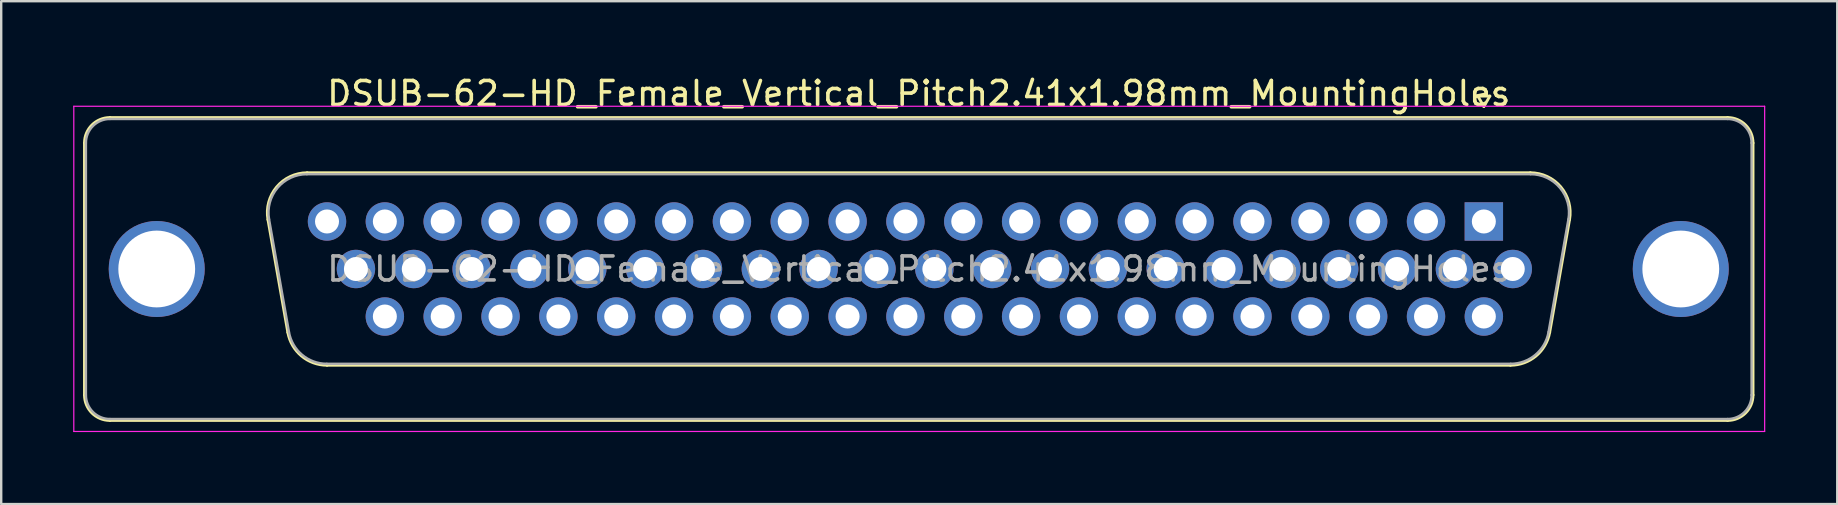
<source format=kicad_pcb>
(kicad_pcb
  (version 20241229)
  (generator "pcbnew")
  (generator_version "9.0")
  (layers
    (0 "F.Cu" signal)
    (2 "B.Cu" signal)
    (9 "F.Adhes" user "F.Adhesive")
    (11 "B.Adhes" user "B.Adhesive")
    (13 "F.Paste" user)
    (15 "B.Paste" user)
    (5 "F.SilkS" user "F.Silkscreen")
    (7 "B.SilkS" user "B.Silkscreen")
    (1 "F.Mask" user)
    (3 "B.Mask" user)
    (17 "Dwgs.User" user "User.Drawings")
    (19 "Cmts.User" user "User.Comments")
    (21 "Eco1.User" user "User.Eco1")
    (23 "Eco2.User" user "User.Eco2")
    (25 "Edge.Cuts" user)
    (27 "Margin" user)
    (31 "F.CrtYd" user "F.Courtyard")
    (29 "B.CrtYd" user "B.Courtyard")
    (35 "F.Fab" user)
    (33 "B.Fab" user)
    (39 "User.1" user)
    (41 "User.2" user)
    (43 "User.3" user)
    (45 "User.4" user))
  (footprint "DSUB-62-HD_Female_Vertical_Pitch2.41x1.98mm_MountingHoles"
    (layer "F.Cu")
    (at 58.775 6.178)
    (property "Reference" "DSUB-62-HD_Female_Vertical_Pitch2.41x1.98mm_MountingHoles" (at -23.545 -5.33 0) (layer "F.SilkS") (effects (font (size 1 1) (thickness 0.15))))
    (attr through_hole)
    (fp_line (start -58.305 7.23) (end -58.305 -3.27) (stroke (width 0.12) (type solid)) (layer "F.SilkS"))
    (fp_line (start -57.245 -4.33) (end 10.155 -4.33) (stroke (width 0.12) (type solid)) (layer "F.SilkS"))
    (fp_line (start -50.661 -0.082) (end -49.833 4.618) (stroke (width 0.12) (type solid)) (layer "F.SilkS"))
    (fp_line (start -49.027 -2.03) (end 1.937 -2.03) (stroke (width 0.12) (type solid)) (layer "F.SilkS"))
    (fp_line (start -48.198 5.99) (end 1.108 5.99) (stroke (width 0.12) (type solid)) (layer "F.SilkS"))
    (fp_line (start -0.25 -5.224) (end 0.25 -5.224) (stroke (width 0.12) (type solid)) (layer "F.SilkS"))
    (fp_line (start 0 -4.791) (end -0.25 -5.224) (stroke (width 0.12) (type solid)) (layer "F.SilkS"))
    (fp_line (start 0.25 -5.224) (end 0 -4.791) (stroke (width 0.12) (type solid)) (layer "F.SilkS"))
    (fp_line (start 3.571 -0.082) (end 2.743 4.618) (stroke (width 0.12) (type solid)) (layer "F.SilkS"))
    (fp_line (start 10.155 8.29) (end -57.245 8.29) (stroke (width 0.12) (type solid)) (layer "F.SilkS"))
    (fp_line (start 11.215 -3.27) (end 11.215 7.23) (stroke (width 0.12) (type solid)) (layer "F.SilkS"))
    (fp_arc (start -58.305 -3.27) (mid -57.994533 -4.019533) (end -57.245 -4.33) (stroke (width 0.12) (type solid)) (layer "F.SilkS"))
    (fp_arc (start -57.245 8.29) (mid -57.994533 7.979533) (end -58.305 7.23) (stroke (width 0.12) (type solid)) (layer "F.SilkS"))
    (fp_arc (start -50.66147 -0.081744) (mid -50.298323 -1.437028) (end -49.026689 -2.03) (stroke (width 0.12) (type solid)) (layer "F.SilkS"))
    (fp_arc (start -48.197952 5.99) (mid -49.264979 5.601634) (end -49.832733 4.618256) (stroke (width 0.12) (type solid)) (layer "F.SilkS"))
    (fp_arc (start 1.936689 -2.03) (mid 3.208323 -1.437027) (end 3.57147 -0.081744) (stroke (width 0.12) (type solid)) (layer "F.SilkS"))
    (fp_arc (start 2.742733 4.618256) (mid 2.17498 5.601634) (end 1.107952 5.99) (stroke (width 0.12) (type solid)) (layer "F.SilkS"))
    (fp_arc (start 10.155 -4.33) (mid 10.904533 -4.019533) (end 11.215 -3.27) (stroke (width 0.12) (type solid)) (layer "F.SilkS"))
    (fp_arc (start 11.215 7.23) (mid 10.904533 7.979533) (end 10.155 8.29) (stroke (width 0.12) (type solid)) (layer "F.SilkS"))
    (fp_line (start -58.75 -4.8) (end -58.75 8.75) (stroke (width 0.05) (type solid)) (layer "F.CrtYd"))
    (fp_line (start -58.75 8.75) (end 11.7 8.75) (stroke (width 0.05) (type solid)) (layer "F.CrtYd"))
    (fp_line (start 11.7 -4.8) (end -58.75 -4.8) (stroke (width 0.05) (type solid)) (layer "F.CrtYd"))
    (fp_line (start 11.7 8.75) (end 11.7 -4.8) (stroke (width 0.05) (type solid)) (layer "F.CrtYd"))
    (fp_line (start -58.245 7.23) (end -58.245 -3.27) (stroke (width 0.1) (type solid)) (layer "F.Fab"))
    (fp_line (start -57.245 -4.27) (end 10.155 -4.27) (stroke (width 0.1) (type solid)) (layer "F.Fab"))
    (fp_line (start -50.614 -0.092) (end -49.785 4.608) (stroke (width 0.1) (type solid)) (layer "F.Fab"))
    (fp_line (start -49.038 -1.97) (end 1.948 -1.97) (stroke (width 0.1) (type solid)) (layer "F.Fab"))
    (fp_line (start -48.209 5.93) (end 1.119 5.93) (stroke (width 0.1) (type solid)) (layer "F.Fab"))
    (fp_line (start 3.524 -0.092) (end 2.695 4.608) (stroke (width 0.1) (type solid)) (layer "F.Fab"))
    (fp_line (start 10.155 8.23) (end -57.245 8.23) (stroke (width 0.1) (type solid)) (layer "F.Fab"))
    (fp_line (start 11.155 -3.27) (end 11.155 7.23) (stroke (width 0.1) (type solid)) (layer "F.Fab"))
    (fp_arc (start -58.245 -3.27) (mid -57.952107 -3.977107) (end -57.245 -4.27) (stroke (width 0.1) (type solid)) (layer "F.Fab"))
    (fp_arc (start -57.245 8.23) (mid -57.952107 7.937107) (end -58.245 7.23) (stroke (width 0.1) (type solid)) (layer "F.Fab"))
    (fp_arc (start -50.613886 -0.092163) (mid -50.263865 -1.39846) (end -49.038194 -1.97) (stroke (width 0.1) (type solid)) (layer "F.Fab"))
    (fp_arc (start -48.209457 5.93) (mid -49.237917 5.555671) (end -49.785149 4.607837) (stroke (width 0.1) (type solid)) (layer "F.Fab"))
    (fp_arc (start 1.948194 -1.97) (mid 3.173865 -1.39846) (end 3.523886 -0.092163) (stroke (width 0.1) (type solid)) (layer "F.Fab"))
    (fp_arc (start 2.695149 4.607837) (mid 2.147917 5.555671) (end 1.119457 5.93) (stroke (width 0.1) (type solid)) (layer "F.Fab"))
    (fp_arc (start 10.155 -4.27) (mid 10.862107 -3.977107) (end 11.155 -3.27) (stroke (width 0.1) (type solid)) (layer "F.Fab"))
    (fp_arc (start 11.155 7.23) (mid 10.862107 7.937107) (end 10.155 8.23) (stroke (width 0.1) (type solid)) (layer "F.Fab"))
    (fp_text user "${REFERENCE}" (at -23.545 1.98 0) (layer "F.Fab") (effects (font (size 1 1) (thickness 0.15))))
    (pad "0" thru_hole circle (at -55.295 1.98) (size 4 4) (drill 3.2) (layers "*.Cu" "*.Mask"))
    (pad "0" thru_hole circle (at 8.205 1.98) (size 4 4) (drill 3.2) (layers "*.Cu" "*.Mask"))
    (pad "1" thru_hole rect (at 0 0) (size 1.6 1.6) (drill 1) (layers "*.Cu" "*.Mask"))
    (pad "2" thru_hole circle (at -2.41 0) (size 1.6 1.6) (drill 1) (layers "*.Cu" "*.Mask"))
    (pad "3" thru_hole circle (at -4.82 0) (size 1.6 1.6) (drill 1) (layers "*.Cu" "*.Mask"))
    (pad "4" thru_hole circle (at -7.23 0) (size 1.6 1.6) (drill 1) (layers "*.Cu" "*.Mask"))
    (pad "5" thru_hole circle (at -9.64 0) (size 1.6 1.6) (drill 1) (layers "*.Cu" "*.Mask"))
    (pad "6" thru_hole circle (at -12.05 0) (size 1.6 1.6) (drill 1) (layers "*.Cu" "*.Mask"))
    (pad "7" thru_hole circle (at -14.46 0) (size 1.6 1.6) (drill 1) (layers "*.Cu" "*.Mask"))
    (pad "8" thru_hole circle (at -16.87 0) (size 1.6 1.6) (drill 1) (layers "*.Cu" "*.Mask"))
    (pad "9" thru_hole circle (at -19.28 0) (size 1.6 1.6) (drill 1) (layers "*.Cu" "*.Mask"))
    (pad "10" thru_hole circle (at -21.69 0) (size 1.6 1.6) (drill 1) (layers "*.Cu" "*.Mask"))
    (pad "11" thru_hole circle (at -24.1 0) (size 1.6 1.6) (drill 1) (layers "*.Cu" "*.Mask"))
    (pad "12" thru_hole circle (at -26.51 0) (size 1.6 1.6) (drill 1) (layers "*.Cu" "*.Mask"))
    (pad "13" thru_hole circle (at -28.92 0) (size 1.6 1.6) (drill 1) (layers "*.Cu" "*.Mask"))
    (pad "14" thru_hole circle (at -31.33 0) (size 1.6 1.6) (drill 1) (layers "*.Cu" "*.Mask"))
    (pad "15" thru_hole circle (at -33.74 0) (size 1.6 1.6) (drill 1) (layers "*.Cu" "*.Mask"))
    (pad "16" thru_hole circle (at -36.15 0) (size 1.6 1.6) (drill 1) (layers "*.Cu" "*.Mask"))
    (pad "17" thru_hole circle (at -38.56 0) (size 1.6 1.6) (drill 1) (layers "*.Cu" "*.Mask"))
    (pad "18" thru_hole circle (at -40.97 0) (size 1.6 1.6) (drill 1) (layers "*.Cu" "*.Mask"))
    (pad "19" thru_hole circle (at -43.38 0) (size 1.6 1.6) (drill 1) (layers "*.Cu" "*.Mask"))
    (pad "20" thru_hole circle (at -45.79 0) (size 1.6 1.6) (drill 1) (layers "*.Cu" "*.Mask"))
    (pad "21" thru_hole circle (at -48.2 0) (size 1.6 1.6) (drill 1) (layers "*.Cu" "*.Mask"))
    (pad "22" thru_hole circle (at 1.205 1.98) (size 1.6 1.6) (drill 1) (layers "*.Cu" "*.Mask"))
    (pad "23" thru_hole circle (at -1.205 1.98) (size 1.6 1.6) (drill 1) (layers "*.Cu" "*.Mask"))
    (pad "24" thru_hole circle (at -3.615 1.98) (size 1.6 1.6) (drill 1) (layers "*.Cu" "*.Mask"))
    (pad "25" thru_hole circle (at -6.025 1.98) (size 1.6 1.6) (drill 1) (layers "*.Cu" "*.Mask"))
    (pad "26" thru_hole circle (at -8.435 1.98) (size 1.6 1.6) (drill 1) (layers "*.Cu" "*.Mask"))
    (pad "27" thru_hole circle (at -10.845 1.98) (size 1.6 1.6) (drill 1) (layers "*.Cu" "*.Mask"))
    (pad "28" thru_hole circle (at -13.255 1.98) (size 1.6 1.6) (drill 1) (layers "*.Cu" "*.Mask"))
    (pad "29" thru_hole circle (at -15.665 1.98) (size 1.6 1.6) (drill 1) (layers "*.Cu" "*.Mask"))
    (pad "30" thru_hole circle (at -18.075 1.98) (size 1.6 1.6) (drill 1) (layers "*.Cu" "*.Mask"))
    (pad "31" thru_hole circle (at -20.485 1.98) (size 1.6 1.6) (drill 1) (layers "*.Cu" "*.Mask"))
    (pad "32" thru_hole circle (at -22.895 1.98) (size 1.6 1.6) (drill 1) (layers "*.Cu" "*.Mask"))
    (pad "33" thru_hole circle (at -25.305 1.98) (size 1.6 1.6) (drill 1) (layers "*.Cu" "*.Mask"))
    (pad "34" thru_hole circle (at -27.715 1.98) (size 1.6 1.6) (drill 1) (layers "*.Cu" "*.Mask"))
    (pad "35" thru_hole circle (at -30.125 1.98) (size 1.6 1.6) (drill 1) (layers "*.Cu" "*.Mask"))
    (pad "36" thru_hole circle (at -32.535 1.98) (size 1.6 1.6) (drill 1) (layers "*.Cu" "*.Mask"))
    (pad "37" thru_hole circle (at -34.945 1.98) (size 1.6 1.6) (drill 1) (layers "*.Cu" "*.Mask"))
    (pad "38" thru_hole circle (at -37.355 1.98) (size 1.6 1.6) (drill 1) (layers "*.Cu" "*.Mask"))
    (pad "39" thru_hole circle (at -39.765 1.98) (size 1.6 1.6) (drill 1) (layers "*.Cu" "*.Mask"))
    (pad "40" thru_hole circle (at -42.175 1.98) (size 1.6 1.6) (drill 1) (layers "*.Cu" "*.Mask"))
    (pad "41" thru_hole circle (at -44.585 1.98) (size 1.6 1.6) (drill 1) (layers "*.Cu" "*.Mask"))
    (pad "42" thru_hole circle (at -46.995 1.98) (size 1.6 1.6) (drill 1) (layers "*.Cu" "*.Mask"))
    (pad "43" thru_hole circle (at 0 3.96) (size 1.6 1.6) (drill 1) (layers "*.Cu" "*.Mask"))
    (pad "44" thru_hole circle (at -2.41 3.96) (size 1.6 1.6) (drill 1) (layers "*.Cu" "*.Mask"))
    (pad "45" thru_hole circle (at -4.82 3.96) (size 1.6 1.6) (drill 1) (layers "*.Cu" "*.Mask"))
    (pad "46" thru_hole circle (at -7.23 3.96) (size 1.6 1.6) (drill 1) (layers "*.Cu" "*.Mask"))
    (pad "47" thru_hole circle (at -9.64 3.96) (size 1.6 1.6) (drill 1) (layers "*.Cu" "*.Mask"))
    (pad "48" thru_hole circle (at -12.05 3.96) (size 1.6 1.6) (drill 1) (layers "*.Cu" "*.Mask"))
    (pad "49" thru_hole circle (at -14.46 3.96) (size 1.6 1.6) (drill 1) (layers "*.Cu" "*.Mask"))
    (pad "50" thru_hole circle (at -16.87 3.96) (size 1.6 1.6) (drill 1) (layers "*.Cu" "*.Mask"))
    (pad "51" thru_hole circle (at -19.28 3.96) (size 1.6 1.6) (drill 1) (layers "*.Cu" "*.Mask"))
    (pad "52" thru_hole circle (at -21.69 3.96) (size 1.6 1.6) (drill 1) (layers "*.Cu" "*.Mask"))
    (pad "53" thru_hole circle (at -24.1 3.96) (size 1.6 1.6) (drill 1) (layers "*.Cu" "*.Mask"))
    (pad "54" thru_hole circle (at -26.51 3.96) (size 1.6 1.6) (drill 1) (layers "*.Cu" "*.Mask"))
    (pad "55" thru_hole circle (at -28.92 3.96) (size 1.6 1.6) (drill 1) (layers "*.Cu" "*.Mask"))
    (pad "56" thru_hole circle (at -31.33 3.96) (size 1.6 1.6) (drill 1) (layers "*.Cu" "*.Mask"))
    (pad "57" thru_hole circle (at -33.74 3.96) (size 1.6 1.6) (drill 1) (layers "*.Cu" "*.Mask"))
    (pad "58" thru_hole circle (at -36.15 3.96) (size 1.6 1.6) (drill 1) (layers "*.Cu" "*.Mask"))
    (pad "59" thru_hole circle (at -38.56 3.96) (size 1.6 1.6) (drill 1) (layers "*.Cu" "*.Mask"))
    (pad "60" thru_hole circle (at -40.97 3.96) (size 1.6 1.6) (drill 1) (layers "*.Cu" "*.Mask"))
    (pad "61" thru_hole circle (at -43.38 3.96) (size 1.6 1.6) (drill 1) (layers "*.Cu" "*.Mask"))
    (pad "62" thru_hole circle (at -45.79 3.96) (size 1.6 1.6) (drill 1) (layers "*.Cu" "*.Mask")))
  (gr_rect
    (start -3 -3)
    (end 73.5 17.953)
    (stroke (width 0.1) (type default))
    (fill no)
    (layer "Edge.Cuts")))
</source>
